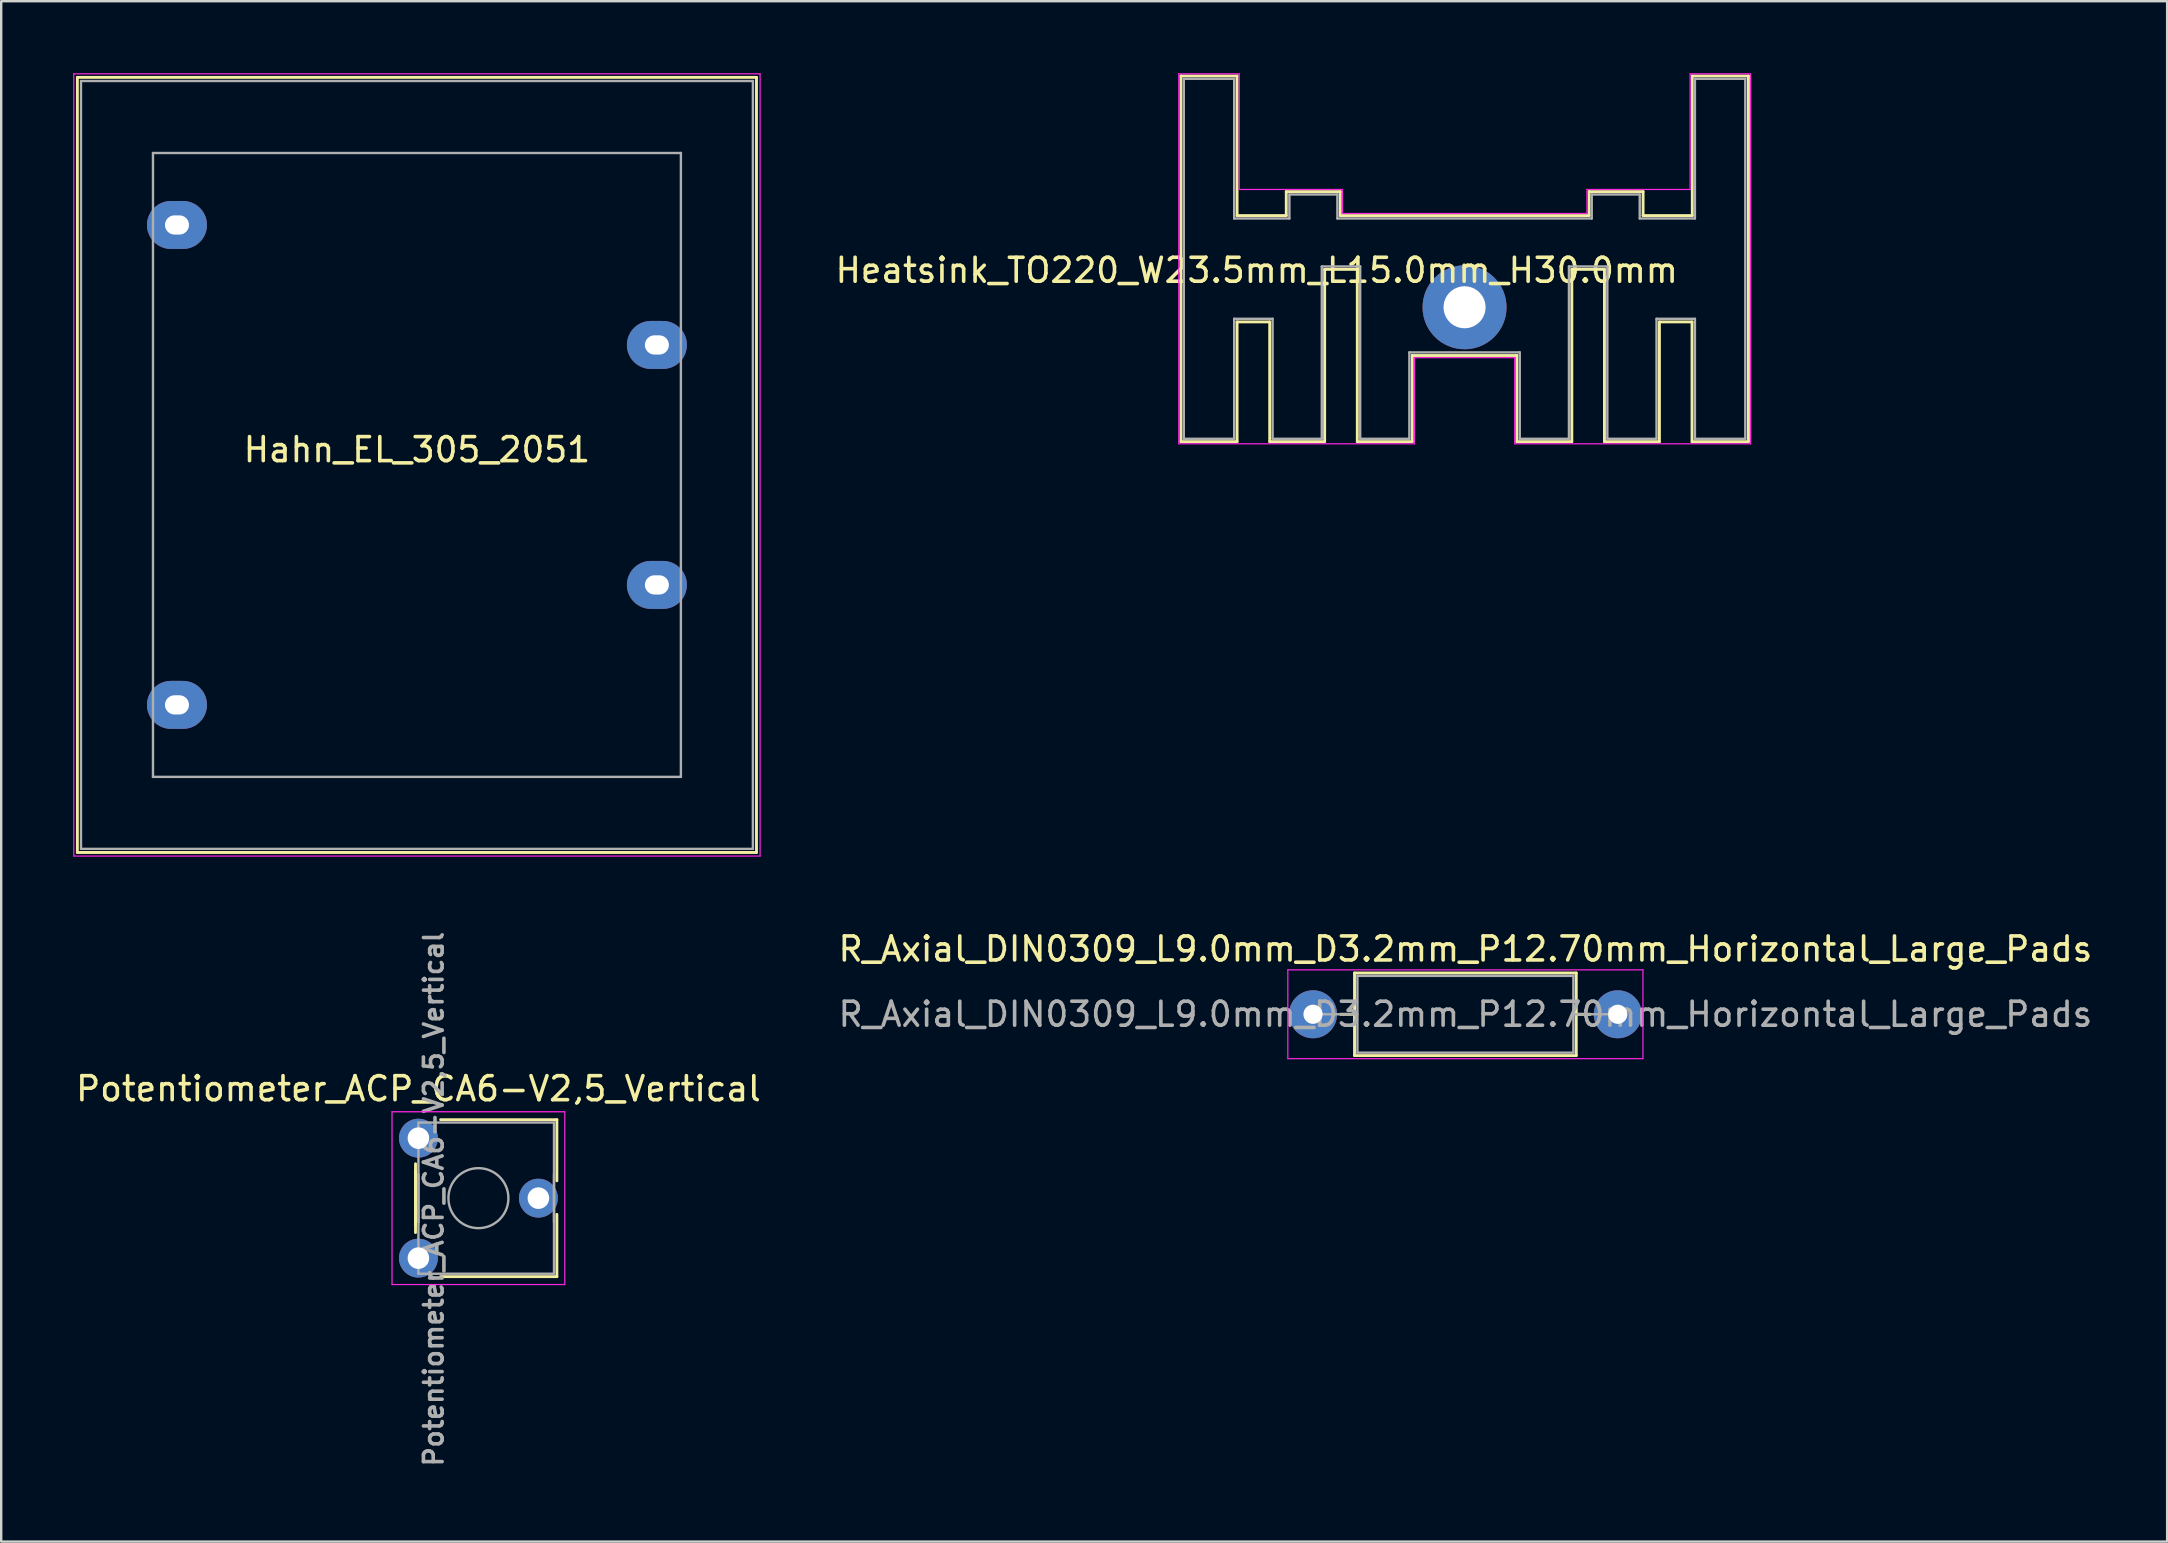
<source format=kicad_pcb>
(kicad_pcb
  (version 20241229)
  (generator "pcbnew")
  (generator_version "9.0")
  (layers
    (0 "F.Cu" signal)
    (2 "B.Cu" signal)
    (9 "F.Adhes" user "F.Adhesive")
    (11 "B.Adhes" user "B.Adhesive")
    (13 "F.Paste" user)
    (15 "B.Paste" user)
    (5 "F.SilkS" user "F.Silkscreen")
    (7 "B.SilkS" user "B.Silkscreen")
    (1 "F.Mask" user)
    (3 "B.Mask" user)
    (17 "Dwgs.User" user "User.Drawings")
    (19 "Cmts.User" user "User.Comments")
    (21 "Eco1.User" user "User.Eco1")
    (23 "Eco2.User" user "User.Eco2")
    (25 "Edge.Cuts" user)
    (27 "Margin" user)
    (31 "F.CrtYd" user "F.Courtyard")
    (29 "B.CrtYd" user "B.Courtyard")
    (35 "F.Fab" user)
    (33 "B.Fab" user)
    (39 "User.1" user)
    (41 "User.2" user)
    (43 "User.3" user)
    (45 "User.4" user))
  (footprint "R_Axial_DIN0309_L9.0mm_D3.2mm_P12.70mm_Horizontal_Large_Pads"
    (layer "F.Cu")
    (at 51.668 39.218)
    (property "Reference" "R_Axial_DIN0309_L9.0mm_D3.2mm_P12.70mm_Horizontal_Large_Pads" (at 6.35 -2.72 0) (layer "F.SilkS") (effects (font (size 1 1) (thickness 0.15))))
    (attr through_hole)
    (fp_line (start 1.143 0) (end 1.73 0) (stroke (width 0.12) (type solid)) (layer "F.SilkS"))
    (fp_line (start 1.73 -1.72) (end 1.73 1.72) (stroke (width 0.12) (type solid)) (layer "F.SilkS"))
    (fp_line (start 1.73 1.72) (end 10.97 1.72) (stroke (width 0.12) (type solid)) (layer "F.SilkS"))
    (fp_line (start 10.97 -1.72) (end 1.73 -1.72) (stroke (width 0.12) (type solid)) (layer "F.SilkS"))
    (fp_line (start 10.97 1.72) (end 10.97 -1.72) (stroke (width 0.12) (type solid)) (layer "F.SilkS"))
    (fp_line (start 11.557 0) (end 10.97 0) (stroke (width 0.12) (type solid)) (layer "F.SilkS"))
    (fp_line (start -1.05 -1.85) (end -1.05 1.85) (stroke (width 0.05) (type solid)) (layer "F.CrtYd"))
    (fp_line (start -1.05 1.85) (end 13.75 1.85) (stroke (width 0.05) (type solid)) (layer "F.CrtYd"))
    (fp_line (start 13.75 -1.85) (end -1.05 -1.85) (stroke (width 0.05) (type solid)) (layer "F.CrtYd"))
    (fp_line (start 13.75 1.85) (end 13.75 -1.85) (stroke (width 0.05) (type solid)) (layer "F.CrtYd"))
    (fp_line (start 0 0) (end 1.85 0) (stroke (width 0.1) (type solid)) (layer "F.Fab"))
    (fp_line (start 1.85 -1.6) (end 1.85 1.6) (stroke (width 0.1) (type solid)) (layer "F.Fab"))
    (fp_line (start 1.85 1.6) (end 10.85 1.6) (stroke (width 0.1) (type solid)) (layer "F.Fab"))
    (fp_line (start 10.85 -1.6) (end 1.85 -1.6) (stroke (width 0.1) (type solid)) (layer "F.Fab"))
    (fp_line (start 10.85 1.6) (end 10.85 -1.6) (stroke (width 0.1) (type solid)) (layer "F.Fab"))
    (fp_line (start 12.7 0) (end 10.85 0) (stroke (width 0.1) (type solid)) (layer "F.Fab"))
    (fp_text user "${REFERENCE}" (at 6.35 0 0) (layer "F.Fab") (effects (font (size 1 1) (thickness 0.15))))
    (pad "1" thru_hole circle (at 0 0) (size 2 2) (drill 0.8) (layers "*.Cu" "*.Mask"))
    (pad "2" thru_hole circle (at 12.7 0) (size 2 2) (drill 0.8) (layers "*.Cu" "*.Mask")))
  (footprint "Hahn_EL_305_2051"
    (layer "F.Cu")
    (at 14.325 16.325)
    (property "Reference" "Hahn_EL_305_2051" (at 0 -0.635 0) (layer "F.SilkS") (effects (font (size 1 1) (thickness 0.15))))
    (attr through_hole)
    (fp_line (start -14.15 -16.15) (end -14.15 16.15) (stroke (width 0.12) (type solid)) (layer "F.SilkS"))
    (fp_line (start -14.15 16.15) (end 14.15 16.15) (stroke (width 0.12) (type solid)) (layer "F.SilkS"))
    (fp_line (start 14.15 -16.15) (end -14.15 -16.15) (stroke (width 0.12) (type solid)) (layer "F.SilkS"))
    (fp_line (start 14.15 16.15) (end 14.15 -16.15) (stroke (width 0.12) (type solid)) (layer "F.SilkS"))
    (fp_line (start -14.3 -16.3) (end -14.3 16.3) (stroke (width 0.05) (type solid)) (layer "F.CrtYd"))
    (fp_line (start -14.3 16.3) (end 14.3 16.3) (stroke (width 0.05) (type solid)) (layer "F.CrtYd"))
    (fp_line (start 14.3 -16.3) (end -14.3 -16.3) (stroke (width 0.05) (type solid)) (layer "F.CrtYd"))
    (fp_line (start 14.3 16.3) (end 14.3 -16.3) (stroke (width 0.05) (type solid)) (layer "F.CrtYd"))
    (fp_line (start -14 -16) (end -14 16) (stroke (width 0.1) (type solid)) (layer "F.Fab"))
    (fp_line (start -14 16) (end 14 16) (stroke (width 0.1) (type solid)) (layer "F.Fab"))
    (fp_line (start -11 -13) (end -11 13) (stroke (width 0.1) (type solid)) (layer "F.Fab"))
    (fp_line (start -11 13) (end 11 13) (stroke (width 0.1) (type solid)) (layer "F.Fab"))
    (fp_line (start 11 -13) (end -11 -13) (stroke (width 0.1) (type solid)) (layer "F.Fab"))
    (fp_line (start 11 13) (end 11 -13) (stroke (width 0.1) (type solid)) (layer "F.Fab"))
    (fp_line (start 14 -16) (end -14 -16) (stroke (width 0.1) (type solid)) (layer "F.Fab"))
    (fp_line (start 14 16) (end 14 -16) (stroke (width 0.1) (type solid)) (layer "F.Fab"))
    (pad "1" thru_hole oval (at -10 -10) (size 2.5 2) (drill oval 1 0.8) (layers "*.Cu" "*.Mask"))
    (pad "5" thru_hole oval (at -10 10) (size 2.5 2) (drill oval 1 0.8) (layers "*.Cu" "*.Mask"))
    (pad "7" thru_hole oval (at 10 -5) (size 2.5 2) (drill oval 1 0.8) (layers "*.Cu" "*.Mask"))
    (pad "9" thru_hole oval (at 10 5) (size 2.5 2) (drill oval 1 0.8) (layers "*.Cu" "*.Mask")))
  (footprint "Potentiometer_ACP_CA6-V2,5_Vertical"
    (layer "F.Cu")
    (at 14.387 44.381)
    (property "Reference" "Potentiometer_ACP_CA6-V2,5_Vertical" (at 0 -2.06 0) (layer "F.SilkS") (effects (font (size 1 1) (thickness 0.15))))
    (attr through_hole)
    (fp_line (start -0.121 1.066) (end -0.121 3.935) (stroke (width 0.12) (type solid)) (layer "F.SilkS"))
    (fp_line (start -0.121 1.38) (end -0.121 3.62) (stroke (width 0.12) (type solid)) (layer "F.SilkS"))
    (fp_line (start 0.925 -0.77) (end 5.77 -0.77) (stroke (width 0.12) (type solid)) (layer "F.SilkS"))
    (fp_line (start 0.925 5.77) (end 5.77 5.77) (stroke (width 0.12) (type solid)) (layer "F.SilkS"))
    (fp_line (start 5.77 -0.77) (end 5.77 1.778) (stroke (width 0.12) (type solid)) (layer "F.SilkS"))
    (fp_line (start 5.77 3.175) (end 5.77 5.77) (stroke (width 0.12) (type solid)) (layer "F.SilkS"))
    (fp_line (start -1.1 -1.1) (end -1.1 6.1) (stroke (width 0.05) (type solid)) (layer "F.CrtYd"))
    (fp_line (start -1.1 6.1) (end 6.1 6.1) (stroke (width 0.05) (type solid)) (layer "F.CrtYd"))
    (fp_line (start 6.1 -1.1) (end -1.1 -1.1) (stroke (width 0.05) (type solid)) (layer "F.CrtYd"))
    (fp_line (start 6.1 6.1) (end 6.1 -1.1) (stroke (width 0.05) (type solid)) (layer "F.CrtYd"))
    (fp_line (start 0 -0.65) (end 5.65 -0.65) (stroke (width 0.1) (type solid)) (layer "F.Fab"))
    (fp_line (start 0 1.5) (end 0 3.5) (stroke (width 0.1) (type solid)) (layer "F.Fab"))
    (fp_line (start 0 5.65) (end 0 -0.65) (stroke (width 0.1) (type solid)) (layer "F.Fab"))
    (fp_line (start 5.65 -0.65) (end 5.65 5.65) (stroke (width 0.1) (type solid)) (layer "F.Fab"))
    (fp_line (start 5.65 3.5) (end 5.65 1.5) (stroke (width 0.1) (type solid)) (layer "F.Fab"))
    (fp_line (start 5.65 5.65) (end 0 5.65) (stroke (width 0.1) (type solid)) (layer "F.Fab"))
    (fp_circle (center 2.5 2.5) (end 3.75 2.5) (stroke (width 0.1) (type solid)) (fill no) (layer "F.Fab"))
    (fp_text user "${REFERENCE}" (at 0.635 2.54 90) (layer "F.Fab") (effects (font (size 0.78 0.78) (thickness 0.15))))
    (pad "1" thru_hole circle (at 0 0) (size 1.62 1.62) (drill 0.9) (layers "*.Cu" "*.Mask"))
    (pad "2" thru_hole circle (at 5 2.5) (size 1.62 1.62) (drill 0.9) (layers "*.Cu" "*.Mask"))
    (pad "3" thru_hole circle (at 0 5) (size 1.62 1.62) (drill 0.9) (layers "*.Cu" "*.Mask")))
  (footprint "Heatsink_TO220_W23.5mm_L15.0mm_H30.0mm"
    (layer "F.Cu")
    (at 57.983 6.055)
    (property "Reference" "Heatsink_TO220_W23.5mm_L15.0mm_H30.0mm" (at -8.66 2.16 0) (layer "F.SilkS") (effects (font (size 1 1) (thickness 0.15))))
    (attr through_hole)
    (fp_line (start -11.82 -5.94) (end -11.82 9.3) (stroke (width 0.12) (type solid)) (layer "F.SilkS"))
    (fp_line (start -11.82 -5.94) (end -9.48 -5.94) (stroke (width 0.12) (type solid)) (layer "F.SilkS"))
    (fp_line (start -11.82 9.3) (end -9.48 9.3) (stroke (width 0.12) (type solid)) (layer "F.SilkS"))
    (fp_line (start -9.48 -5.94) (end -9.48 -0.12) (stroke (width 0.12) (type solid)) (layer "F.SilkS"))
    (fp_line (start -9.48 -0.12) (end -7.43 -0.12) (stroke (width 0.12) (type solid)) (layer "F.SilkS"))
    (fp_line (start -9.48 4.31) (end -8.12 4.31) (stroke (width 0.12) (type solid)) (layer "F.SilkS"))
    (fp_line (start -9.48 9.3) (end -9.48 4.31) (stroke (width 0.12) (type solid)) (layer "F.SilkS"))
    (fp_line (start -8.12 4.31) (end -8.12 9.3) (stroke (width 0.12) (type solid)) (layer "F.SilkS"))
    (fp_line (start -8.12 9.3) (end -5.83 9.3) (stroke (width 0.12) (type solid)) (layer "F.SilkS"))
    (fp_line (start -7.43 -1.12) (end -5.18 -1.12) (stroke (width 0.12) (type solid)) (layer "F.SilkS"))
    (fp_line (start -7.43 -0.12) (end -7.43 -1.12) (stroke (width 0.12) (type solid)) (layer "F.SilkS"))
    (fp_line (start -5.83 2.12) (end -5.83 9.3) (stroke (width 0.12) (type solid)) (layer "F.SilkS"))
    (fp_line (start -5.83 2.12) (end -4.47 2.12) (stroke (width 0.12) (type solid)) (layer "F.SilkS"))
    (fp_line (start -5.18 -1.12) (end -5.18 -0.12) (stroke (width 0.12) (type solid)) (layer "F.SilkS"))
    (fp_line (start -5.18 -0.12) (end 5.19 -0.12) (stroke (width 0.12) (type solid)) (layer "F.SilkS"))
    (fp_line (start -4.47 2.12) (end -4.47 9.3) (stroke (width 0.12) (type solid)) (layer "F.SilkS"))
    (fp_line (start -4.47 9.3) (end -2.18 9.3) (stroke (width 0.12) (type solid)) (layer "F.SilkS"))
    (fp_line (start -2.18 5.71) (end 2.18 5.71) (stroke (width 0.12) (type solid)) (layer "F.SilkS"))
    (fp_line (start -2.18 9.3) (end -2.18 5.71) (stroke (width 0.12) (type solid)) (layer "F.SilkS"))
    (fp_line (start 2.18 9.3) (end 2.18 5.71) (stroke (width 0.12) (type solid)) (layer "F.SilkS"))
    (fp_line (start 4.47 2.12) (end 4.47 9.3) (stroke (width 0.12) (type solid)) (layer "F.SilkS"))
    (fp_line (start 4.47 9.3) (end 2.18 9.3) (stroke (width 0.12) (type solid)) (layer "F.SilkS"))
    (fp_line (start 5.19 -1.12) (end 5.19 -0.12) (stroke (width 0.12) (type solid)) (layer "F.SilkS"))
    (fp_line (start 5.83 2.12) (end 4.47 2.12) (stroke (width 0.12) (type solid)) (layer "F.SilkS"))
    (fp_line (start 5.83 2.12) (end 5.83 9.3) (stroke (width 0.12) (type solid)) (layer "F.SilkS"))
    (fp_line (start 7.44 -1.12) (end 5.19 -1.12) (stroke (width 0.12) (type solid)) (layer "F.SilkS"))
    (fp_line (start 7.44 -0.12) (end 7.44 -1.12) (stroke (width 0.12) (type solid)) (layer "F.SilkS"))
    (fp_line (start 8.12 4.31) (end 8.12 9.3) (stroke (width 0.12) (type solid)) (layer "F.SilkS"))
    (fp_line (start 8.12 9.3) (end 5.83 9.3) (stroke (width 0.12) (type solid)) (layer "F.SilkS"))
    (fp_line (start 9.48 4.31) (end 8.12 4.31) (stroke (width 0.12) (type solid)) (layer "F.SilkS"))
    (fp_line (start 9.48 9.3) (end 9.48 4.31) (stroke (width 0.12) (type solid)) (layer "F.SilkS"))
    (fp_line (start 9.49 -5.94) (end 9.49 -0.12) (stroke (width 0.12) (type solid)) (layer "F.SilkS"))
    (fp_line (start 9.49 -0.12) (end 7.44 -0.12) (stroke (width 0.12) (type solid)) (layer "F.SilkS"))
    (fp_line (start 11.83 -5.94) (end 9.49 -5.94) (stroke (width 0.12) (type solid)) (layer "F.SilkS"))
    (fp_line (start 11.83 -5.94) (end 11.83 9.3) (stroke (width 0.12) (type solid)) (layer "F.SilkS"))
    (fp_line (start 11.83 9.3) (end 9.48 9.3) (stroke (width 0.12) (type solid)) (layer "F.SilkS"))
    (fp_line (start -11.91 -6.03) (end -11.91 9.39) (stroke (width 0.05) (type solid)) (layer "F.CrtYd"))
    (fp_line (start -9.39 -6.03) (end -11.91 -6.03) (stroke (width 0.05) (type solid)) (layer "F.CrtYd"))
    (fp_line (start -9.39 -1.21) (end -9.39 -6.03) (stroke (width 0.05) (type solid)) (layer "F.CrtYd"))
    (fp_line (start -5.09 -1.21) (end -9.39 -1.21) (stroke (width 0.05) (type solid)) (layer "F.CrtYd"))
    (fp_line (start -5.09 -0.21) (end -5.09 -1.21) (stroke (width 0.05) (type solid)) (layer "F.CrtYd"))
    (fp_line (start -2.09 5.8) (end -2.09 9.39) (stroke (width 0.05) (type solid)) (layer "F.CrtYd"))
    (fp_line (start -2.09 5.8) (end 2.09 5.8) (stroke (width 0.05) (type solid)) (layer "F.CrtYd"))
    (fp_line (start -2.09 9.39) (end -11.91 9.39) (stroke (width 0.05) (type solid)) (layer "F.CrtYd"))
    (fp_line (start 2.09 5.8) (end 2.09 9.39) (stroke (width 0.05) (type solid)) (layer "F.CrtYd"))
    (fp_line (start 2.09 9.39) (end 11.92 9.39) (stroke (width 0.05) (type solid)) (layer "F.CrtYd"))
    (fp_line (start 5.1 -1.21) (end 5.1 -0.21) (stroke (width 0.05) (type solid)) (layer "F.CrtYd"))
    (fp_line (start 5.1 -0.21) (end -5.09 -0.21) (stroke (width 0.05) (type solid)) (layer "F.CrtYd"))
    (fp_line (start 9.4 -6.03) (end 9.4 -1.21) (stroke (width 0.05) (type solid)) (layer "F.CrtYd"))
    (fp_line (start 9.4 -1.21) (end 5.1 -1.21) (stroke (width 0.05) (type solid)) (layer "F.CrtYd"))
    (fp_line (start 11.92 -6.03) (end 9.4 -6.03) (stroke (width 0.05) (type solid)) (layer "F.CrtYd"))
    (fp_line (start 11.92 9.39) (end 11.92 -6.03) (stroke (width 0.05) (type solid)) (layer "F.CrtYd"))
    (fp_line (start -11.7 -5.82) (end -11.7 9.18) (stroke (width 0.1) (type solid)) (layer "F.Fab"))
    (fp_line (start -11.7 9.18) (end -9.6 9.18) (stroke (width 0.1) (type solid)) (layer "F.Fab"))
    (fp_line (start -9.6 -5.82) (end -11.7 -5.82) (stroke (width 0.1) (type solid)) (layer "F.Fab"))
    (fp_line (start -9.6 0) (end -9.6 -5.82) (stroke (width 0.1) (type solid)) (layer "F.Fab"))
    (fp_line (start -9.6 4.18) (end -8 4.18) (stroke (width 0.1) (type solid)) (layer "F.Fab"))
    (fp_line (start -9.6 9.18) (end -9.6 4.18) (stroke (width 0.1) (type solid)) (layer "F.Fab"))
    (fp_line (start -8 4.18) (end -8 9.18) (stroke (width 0.1) (type solid)) (layer "F.Fab"))
    (fp_line (start -8 9.18) (end -5.95 9.18) (stroke (width 0.1) (type solid)) (layer "F.Fab"))
    (fp_line (start -7.3 -1) (end -7.3 0) (stroke (width 0.1) (type solid)) (layer "F.Fab"))
    (fp_line (start -7.3 0) (end -9.6 0) (stroke (width 0.1) (type solid)) (layer "F.Fab"))
    (fp_line (start -5.95 2) (end -4.35 2) (stroke (width 0.1) (type solid)) (layer "F.Fab"))
    (fp_line (start -5.95 9.18) (end -5.95 2) (stroke (width 0.1) (type solid)) (layer "F.Fab"))
    (fp_line (start -5.3 -1) (end -7.3 -1) (stroke (width 0.1) (type solid)) (layer "F.Fab"))
    (fp_line (start -5.3 0) (end -5.3 -1) (stroke (width 0.1) (type solid)) (layer "F.Fab"))
    (fp_line (start -5.3 0) (end 5.3 0) (stroke (width 0.1) (type solid)) (layer "F.Fab"))
    (fp_line (start -4.35 9.18) (end -4.35 2) (stroke (width 0.1) (type solid)) (layer "F.Fab"))
    (fp_line (start -4.35 9.18) (end -2.3 9.18) (stroke (width 0.1) (type solid)) (layer "F.Fab"))
    (fp_line (start -2.3 5.58) (end 2.3 5.58) (stroke (width 0.1) (type solid)) (layer "F.Fab"))
    (fp_line (start -2.3 9.18) (end -2.3 5.58) (stroke (width 0.1) (type solid)) (layer "F.Fab"))
    (fp_line (start 2.3 9.18) (end 2.3 5.58) (stroke (width 0.1) (type solid)) (layer "F.Fab"))
    (fp_line (start 2.3 9.18) (end 4.35 9.18) (stroke (width 0.1) (type solid)) (layer "F.Fab"))
    (fp_line (start 4.35 2) (end 5.95 2) (stroke (width 0.1) (type solid)) (layer "F.Fab"))
    (fp_line (start 4.35 9.18) (end 4.35 2) (stroke (width 0.1) (type solid)) (layer "F.Fab"))
    (fp_line (start 5.3 -1) (end 7.3 -1) (stroke (width 0.1) (type solid)) (layer "F.Fab"))
    (fp_line (start 5.3 0) (end 5.3 -1) (stroke (width 0.1) (type solid)) (layer "F.Fab"))
    (fp_line (start 5.95 9.18) (end 5.95 2) (stroke (width 0.1) (type solid)) (layer "F.Fab"))
    (fp_line (start 7.3 -1) (end 7.3 0) (stroke (width 0.1) (type solid)) (layer "F.Fab"))
    (fp_line (start 7.3 0) (end 9.6 0) (stroke (width 0.1) (type solid)) (layer "F.Fab"))
    (fp_line (start 8 4.18) (end 8 9.18) (stroke (width 0.1) (type solid)) (layer "F.Fab"))
    (fp_line (start 8 9.18) (end 5.95 9.18) (stroke (width 0.1) (type solid)) (layer "F.Fab"))
    (fp_line (start 9.6 -5.82) (end 11.7 -5.82) (stroke (width 0.1) (type solid)) (layer "F.Fab"))
    (fp_line (start 9.6 0) (end 9.6 -5.82) (stroke (width 0.1) (type solid)) (layer "F.Fab"))
    (fp_line (start 9.6 4.18) (end 8 4.18) (stroke (width 0.1) (type solid)) (layer "F.Fab"))
    (fp_line (start 9.6 9.18) (end 9.6 4.18) (stroke (width 0.1) (type solid)) (layer "F.Fab"))
    (fp_line (start 11.7 -5.82) (end 11.7 9.18) (stroke (width 0.1) (type solid)) (layer "F.Fab"))
    (fp_line (start 11.7 9.18) (end 9.6 9.18) (stroke (width 0.1) (type solid)) (layer "F.Fab"))
    (pad "1" thru_hole circle (at 0 3.7) (size 3.5 3.5) (drill 1.75) (layers "*.Cu" "*.Mask")))
  (gr_rect
    (start -3 -3)
    (end 87.262 61.193)
    (stroke (width 0.1) (type default))
    (fill no)
    (layer "Edge.Cuts")))
</source>
